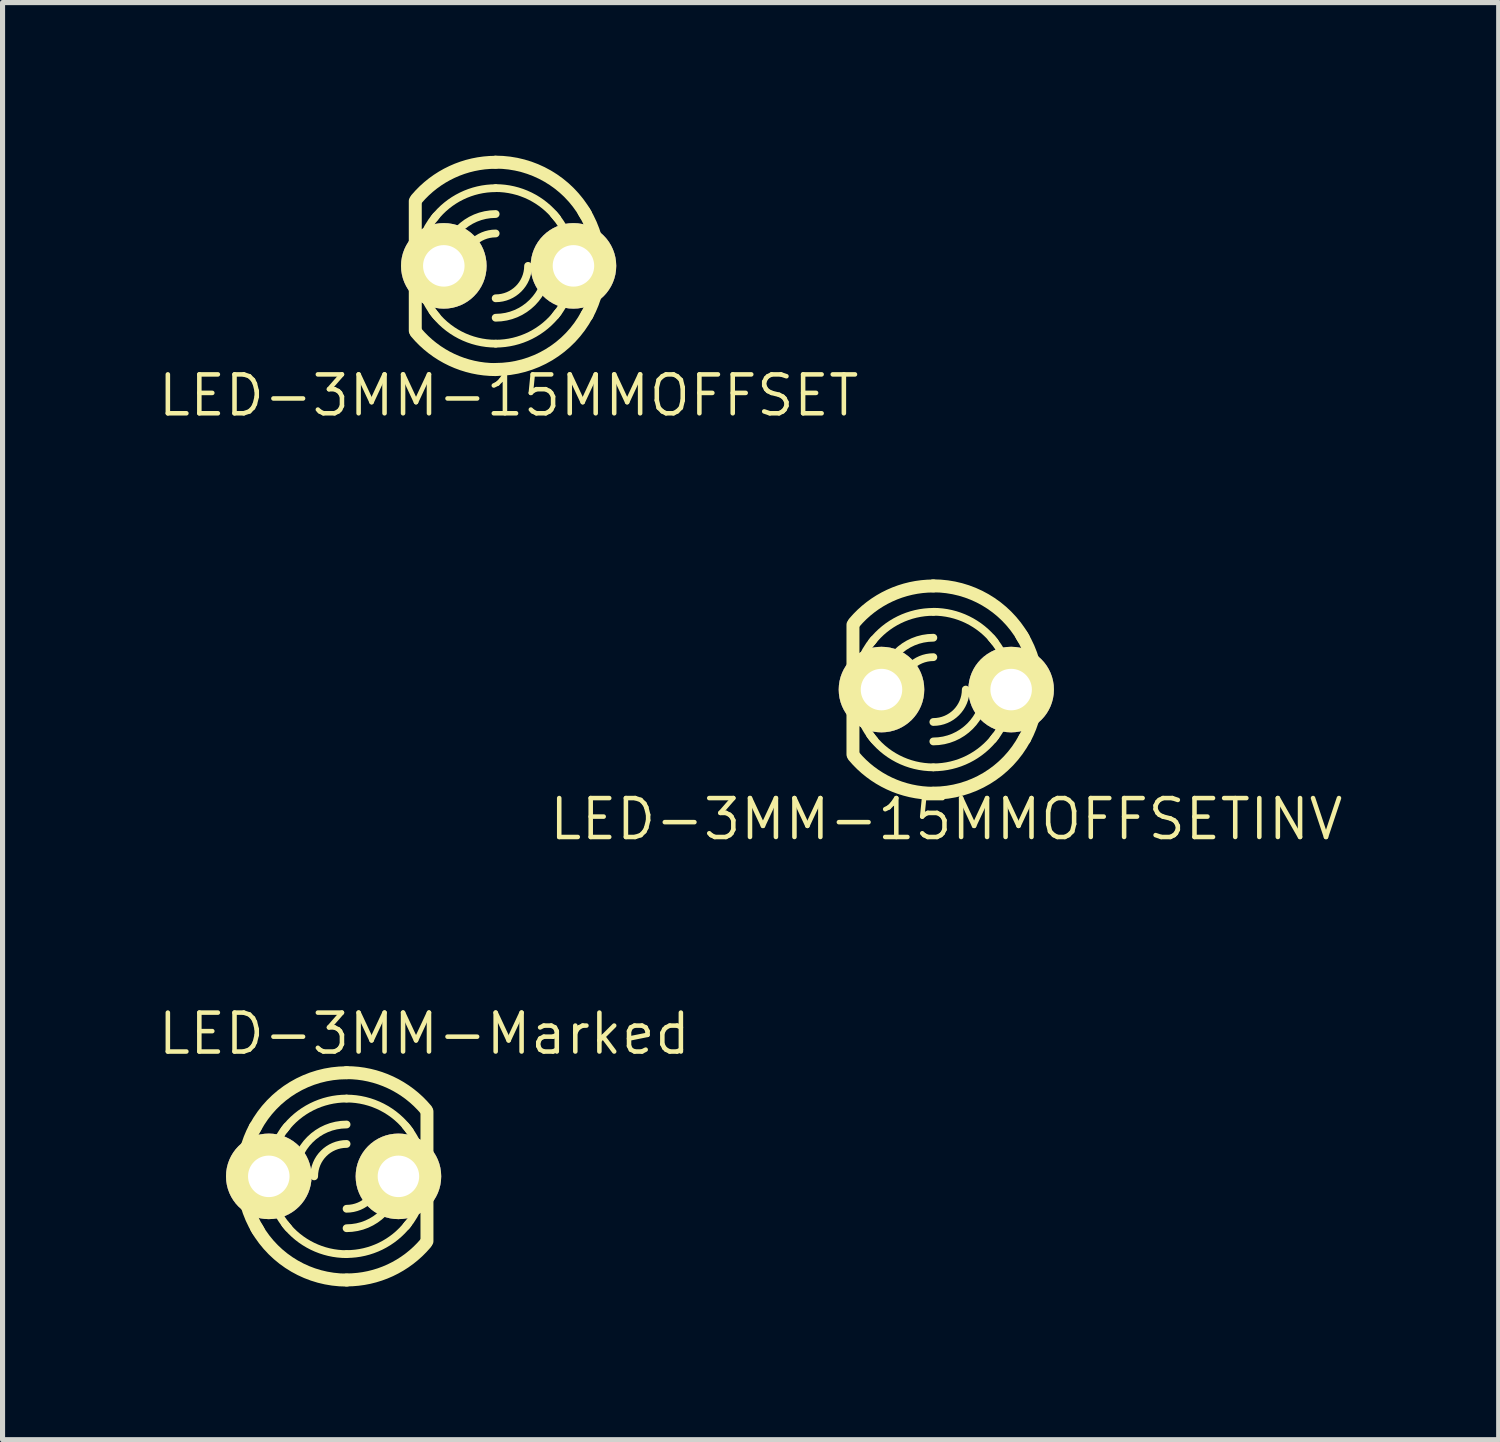
<source format=kicad_pcb>
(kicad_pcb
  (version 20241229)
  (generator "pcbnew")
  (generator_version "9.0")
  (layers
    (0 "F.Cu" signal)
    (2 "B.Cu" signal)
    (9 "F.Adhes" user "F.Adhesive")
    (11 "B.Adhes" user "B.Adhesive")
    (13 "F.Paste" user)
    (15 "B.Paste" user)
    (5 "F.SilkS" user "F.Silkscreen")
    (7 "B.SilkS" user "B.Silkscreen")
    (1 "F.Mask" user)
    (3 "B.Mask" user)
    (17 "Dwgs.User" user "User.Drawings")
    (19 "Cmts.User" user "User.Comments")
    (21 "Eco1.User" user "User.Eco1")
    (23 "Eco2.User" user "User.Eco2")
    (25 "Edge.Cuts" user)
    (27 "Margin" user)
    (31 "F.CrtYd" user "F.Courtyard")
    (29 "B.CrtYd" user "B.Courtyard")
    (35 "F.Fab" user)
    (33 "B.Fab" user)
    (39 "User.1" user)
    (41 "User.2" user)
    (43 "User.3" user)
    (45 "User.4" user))
  (footprint "LED-3MM-15MMOFFSET"
    (layer "F.Cu")
    (at 22.155 2.159)
    (property "Reference" "LED-3MM-15MMOFFSET" (at -15.24 2.54 0) (layer "F.SilkS") (effects (font (size 0.762 0.762) (thickness 0.089))))
    (attr through_hole)
    (fp_line (start -17.069 -1.27) (end -17.069 1.27) (stroke (width 0.254) (type solid)) (layer "F.SilkS"))
    (fp_arc (start -17.0434 -1.31064) (mid -16.349154 -1.840416) (end -15.496552 -2.029387) (stroke (width 0.254) (type solid)) (layer "F.SilkS"))
    (fp_arc (start -17.018 0) (mid -16.926999 -0.518738) (end -16.664864 -0.975527) (stroke (width 0.1524) (type solid)) (layer "F.SilkS"))
    (fp_arc (start -16.69542 -0.93472) (mid -16.162882 -1.367373) (end -15.494442 -1.522206) (stroke (width 0.1524) (type solid)) (layer "F.SilkS"))
    (fp_arc (start -16.6497 0.9906) (mid -16.921593 0.528119) (end -17.016147 0.000034) (stroke (width 0.1524) (type solid)) (layer "F.SilkS"))
    (fp_arc (start -16.51 0) (mid -16.21242 -0.71842) (end -15.494 -1.016) (stroke (width 0.1524) (type solid)) (layer "F.SilkS"))
    (fp_arc (start -16.129 0) (mid -15.943013 -0.449013) (end -15.494 -0.635) (stroke (width 0.1524) (type solid)) (layer "F.SilkS"))
    (fp_arc (start -15.494 -2.032) (mid -14.47493 -1.757988) (end -13.730701 -1.009851) (stroke (width 0.254) (type solid)) (layer "F.SilkS"))
    (fp_arc (start -15.494 -1.524) (mid -14.824727 -1.369179) (end -14.291436 -0.936171) (stroke (width 0.1524) (type solid)) (layer "F.SilkS"))
    (fp_arc (start -15.494 1.524) (mid -16.190618 1.35547) (end -16.733166 0.887155) (stroke (width 0.1524) (type solid)) (layer "F.SilkS"))
    (fp_arc (start -15.494 2.032) (mid -16.354367 1.840867) (end -17.05288 1.303426) (stroke (width 0.254) (type solid)) (layer "F.SilkS"))
    (fp_arc (start -14.859 0) (mid -15.044987 0.449013) (end -15.494 0.635) (stroke (width 0.1524) (type solid)) (layer "F.SilkS"))
    (fp_arc (start -14.478 0) (mid -14.77558 0.71842) (end -15.494 1.016) (stroke (width 0.1524) (type solid)) (layer "F.SilkS"))
    (fp_arc (start -14.35608 -1.01092) (mid -14.071258 -0.540951) (end -13.971889 -0.000469) (stroke (width 0.1524) (type solid)) (layer "F.SilkS"))
    (fp_arc (start -14.2748 0.9144) (mid -14.812088 1.362928) (end -15.493199 1.524) (stroke (width 0.1524) (type solid)) (layer "F.SilkS"))
    (fp_arc (start -13.97 0) (mid -14.061001 0.518738) (end -14.323136 0.975527) (stroke (width 0.1524) (type solid)) (layer "F.SilkS"))
    (fp_arc (start -13.76426 -1.06426) (mid -13.539836 -0.553076) (end -13.463077 -0.0001) (stroke (width 0.254) (type solid)) (layer "F.SilkS"))
    (fp_arc (start -13.7033 0.95504) (mid -14.449433 1.739997) (end -15.493025 2.02946) (stroke (width 0.254) (type solid)) (layer "F.SilkS"))
    (fp_arc (start -13.462 0) (mid -13.523653 0.496745) (end -13.70487 0.963347) (stroke (width 0.254) (type solid)) (layer "F.SilkS"))
    (fp_line (start -15.24 -1.27) (end -15.24 0) (stroke (width 0.15) (type solid)) (layer "Eco1.User"))
    (fp_line (start -15.24 0) (end -16.51 0) (stroke (width 0.15) (type solid)) (layer "Eco1.User"))
    (fp_line (start -15.24 0) (end -15.24 -1.27) (stroke (width 0.15) (type solid)) (layer "Eco1.User"))
    (fp_line (start -15.24 0) (end -15.24 1.27) (stroke (width 0.15) (type solid)) (layer "Eco1.User"))
    (fp_line (start -15.24 0) (end -13.97 0) (stroke (width 0.15) (type solid)) (layer "Eco1.User"))
    (fp_circle (center -15.24 0) (end -15.202 -1.029) (stroke (width 0.15) (type solid)) (fill no) (layer "Eco1.User"))
    (pad "1" thru_hole circle (at -13.97 0 180) (size 1.676 1.676) (drill 0.813) (layers "*.Cu" "*.Mask" "F.SilkS"))
    (pad "2" thru_hole circle (at -16.51 0 180) (size 1.676 1.676) (drill 0.813) (layers "*.Cu" "*.Mask" "F.SilkS")))
  (footprint "LED-3MM-Marked"
    (layer "F.Cu")
    (at 3.486 19.997)
    (property "Reference" "LED-3MM-Marked" (at 1.778 -2.794 0) (layer "F.SilkS") (effects (font (size 0.762 0.762) (thickness 0.089))))
    (attr through_hole)
    (fp_line (start 1.829 1.27) (end 1.829 -1.27) (stroke (width 0.254) (type solid)) (layer "F.SilkS"))
    (fp_arc (start -1.778 0) (mid -1.716347 -0.496745) (end -1.53513 -0.963347) (stroke (width 0.254) (type solid)) (layer "F.SilkS"))
    (fp_arc (start -1.5367 -0.95504) (mid -0.790567 -1.739997) (end 0.253025 -2.02946) (stroke (width 0.254) (type solid)) (layer "F.SilkS"))
    (fp_arc (start -1.47574 1.06426) (mid -1.700164 0.553076) (end -1.776923 0.0001) (stroke (width 0.254) (type solid)) (layer "F.SilkS"))
    (fp_arc (start -1.27 0) (mid -1.178999 -0.518738) (end -0.916864 -0.975527) (stroke (width 0.1524) (type solid)) (layer "F.SilkS"))
    (fp_arc (start -0.9652 -0.9144) (mid -0.427912 -1.362928) (end 0.253199 -1.524) (stroke (width 0.1524) (type solid)) (layer "F.SilkS"))
    (fp_arc (start -0.88392 1.01092) (mid -1.168742 0.540951) (end -1.268111 0.000469) (stroke (width 0.1524) (type solid)) (layer "F.SilkS"))
    (fp_arc (start -0.762 0) (mid -0.46442 -0.71842) (end 0.254 -1.016) (stroke (width 0.1524) (type solid)) (layer "F.SilkS"))
    (fp_arc (start -0.381 0) (mid -0.195013 -0.449013) (end 0.254 -0.635) (stroke (width 0.1524) (type solid)) (layer "F.SilkS"))
    (fp_arc (start 0.254 -2.032) (mid 1.114367 -1.840867) (end 1.81288 -1.303426) (stroke (width 0.254) (type solid)) (layer "F.SilkS"))
    (fp_arc (start 0.254 -1.524) (mid 0.950618 -1.35547) (end 1.493166 -0.887155) (stroke (width 0.1524) (type solid)) (layer "F.SilkS"))
    (fp_arc (start 0.254 1.524) (mid -0.415273 1.369179) (end -0.948564 0.936171) (stroke (width 0.1524) (type solid)) (layer "F.SilkS"))
    (fp_arc (start 0.254 2.032) (mid -0.76507 1.757988) (end -1.509299 1.009851) (stroke (width 0.254) (type solid)) (layer "F.SilkS"))
    (fp_arc (start 0.889 0) (mid 0.703013 0.449013) (end 0.254 0.635) (stroke (width 0.1524) (type solid)) (layer "F.SilkS"))
    (fp_arc (start 1.27 0) (mid 0.97242 0.71842) (end 0.254 1.016) (stroke (width 0.1524) (type solid)) (layer "F.SilkS"))
    (fp_arc (start 1.4097 -0.9906) (mid 1.681593 -0.528119) (end 1.776147 -0.000034) (stroke (width 0.1524) (type solid)) (layer "F.SilkS"))
    (fp_arc (start 1.45542 0.93472) (mid 0.922882 1.367373) (end 0.254442 1.522206) (stroke (width 0.1524) (type solid)) (layer "F.SilkS"))
    (fp_arc (start 1.778 0) (mid 1.686999 0.518738) (end 1.424864 0.975527) (stroke (width 0.1524) (type solid)) (layer "F.SilkS"))
    (fp_arc (start 1.8034 1.31064) (mid 1.109154 1.840416) (end 0.256552 2.029387) (stroke (width 0.254) (type solid)) (layer "F.SilkS"))
    (fp_line (start 0 0) (end -1.27 0) (stroke (width 0.15) (type solid)) (layer "Eco1.User"))
    (fp_line (start 0 0) (end 0 -1.27) (stroke (width 0.15) (type solid)) (layer "Eco1.User"))
    (fp_line (start 0 0) (end 0 1.27) (stroke (width 0.15) (type solid)) (layer "Eco1.User"))
    (fp_line (start 0 0) (end 1.27 0) (stroke (width 0.15) (type solid)) (layer "Eco1.User"))
    (fp_circle (center 0 0) (end 0 -1.27) (stroke (width 0.15) (type solid)) (fill no) (layer "Eco1.User"))
    (pad "1" thru_hole circle (at -1.27 0) (size 1.676 1.676) (drill 0.813) (layers "*.Cu" "*.Mask" "F.SilkS"))
    (pad "2" thru_hole circle (at 1.27 0) (size 1.676 1.676) (drill 0.813) (layers "*.Cu" "*.Mask" "F.SilkS")))
  (footprint "LED-3MM-15MMOFFSETINV"
    (layer "F.Cu")
    (at 0.25 10.46)
    (property "Reference" "LED-3MM-15MMOFFSETINV" (at 15.24 2.54 0) (layer "F.SilkS") (effects (font (size 0.762 0.762) (thickness 0.089))))
    (attr through_hole)
    (fp_line (start 13.411 -1.27) (end 13.411 1.27) (stroke (width 0.254) (type solid)) (layer "F.SilkS"))
    (fp_arc (start 13.4366 -1.31064) (mid 14.130846 -1.840416) (end 14.983448 -2.029387) (stroke (width 0.254) (type solid)) (layer "F.SilkS"))
    (fp_arc (start 13.462 0) (mid 13.553001 -0.518738) (end 13.815136 -0.975527) (stroke (width 0.1524) (type solid)) (layer "F.SilkS"))
    (fp_arc (start 13.78458 -0.93472) (mid 14.317118 -1.367373) (end 14.985558 -1.522206) (stroke (width 0.1524) (type solid)) (layer "F.SilkS"))
    (fp_arc (start 13.8303 0.9906) (mid 13.558407 0.528119) (end 13.463853 0.000034) (stroke (width 0.1524) (type solid)) (layer "F.SilkS"))
    (fp_arc (start 13.97 0) (mid 14.26758 -0.71842) (end 14.986 -1.016) (stroke (width 0.1524) (type solid)) (layer "F.SilkS"))
    (fp_arc (start 14.351 0) (mid 14.536987 -0.449013) (end 14.986 -0.635) (stroke (width 0.1524) (type solid)) (layer "F.SilkS"))
    (fp_arc (start 14.986 -2.032) (mid 16.00507 -1.757988) (end 16.749299 -1.009851) (stroke (width 0.254) (type solid)) (layer "F.SilkS"))
    (fp_arc (start 14.986 -1.524) (mid 15.655273 -1.369179) (end 16.188564 -0.936171) (stroke (width 0.1524) (type solid)) (layer "F.SilkS"))
    (fp_arc (start 14.986 1.524) (mid 14.289382 1.35547) (end 13.746834 0.887155) (stroke (width 0.1524) (type solid)) (layer "F.SilkS"))
    (fp_arc (start 14.986 2.032) (mid 14.125633 1.840867) (end 13.42712 1.303426) (stroke (width 0.254) (type solid)) (layer "F.SilkS"))
    (fp_arc (start 15.621 0) (mid 15.435013 0.449013) (end 14.986 0.635) (stroke (width 0.1524) (type solid)) (layer "F.SilkS"))
    (fp_arc (start 16.002 0) (mid 15.70442 0.71842) (end 14.986 1.016) (stroke (width 0.1524) (type solid)) (layer "F.SilkS"))
    (fp_arc (start 16.12392 -1.01092) (mid 16.408742 -0.540951) (end 16.508111 -0.000469) (stroke (width 0.1524) (type solid)) (layer "F.SilkS"))
    (fp_arc (start 16.2052 0.9144) (mid 15.667912 1.362928) (end 14.986801 1.524) (stroke (width 0.1524) (type solid)) (layer "F.SilkS"))
    (fp_arc (start 16.51 0) (mid 16.418999 0.518738) (end 16.156864 0.975527) (stroke (width 0.1524) (type solid)) (layer "F.SilkS"))
    (fp_arc (start 16.71574 -1.06426) (mid 16.940164 -0.553076) (end 17.016923 -0.0001) (stroke (width 0.254) (type solid)) (layer "F.SilkS"))
    (fp_arc (start 16.7767 0.95504) (mid 16.030567 1.739997) (end 14.986975 2.02946) (stroke (width 0.254) (type solid)) (layer "F.SilkS"))
    (fp_arc (start 17.018 0) (mid 16.956347 0.496745) (end 16.77513 0.963347) (stroke (width 0.254) (type solid)) (layer "F.SilkS"))
    (fp_line (start 15.24 0) (end 13.97 0) (stroke (width 0.15) (type solid)) (layer "Eco1.User"))
    (fp_line (start 15.24 0) (end 15.24 -1.27) (stroke (width 0.15) (type solid)) (layer "Eco1.User"))
    (fp_line (start 15.24 0) (end 15.24 1.27) (stroke (width 0.15) (type solid)) (layer "Eco1.User"))
    (fp_line (start 15.24 0) (end 16.51 0) (stroke (width 0.15) (type solid)) (layer "Eco1.User"))
    (fp_circle (center 15.24 0) (end 15.278 -1.029) (stroke (width 0.15) (type solid)) (fill no) (layer "Eco1.User"))
    (pad "1" thru_hole circle (at 16.51 0 180) (size 1.676 1.676) (drill 0.813) (layers "*.Cu" "*.Mask" "F.SilkS"))
    (pad "2" thru_hole circle (at 13.97 0 180) (size 1.676 1.676) (drill 0.813) (layers "*.Cu" "*.Mask" "F.SilkS")))
  (gr_rect
    (start -3 -3)
    (end 26.312 25.156)
    (stroke (width 0.1) (type default))
    (fill no)
    (layer "Edge.Cuts")))
</source>
